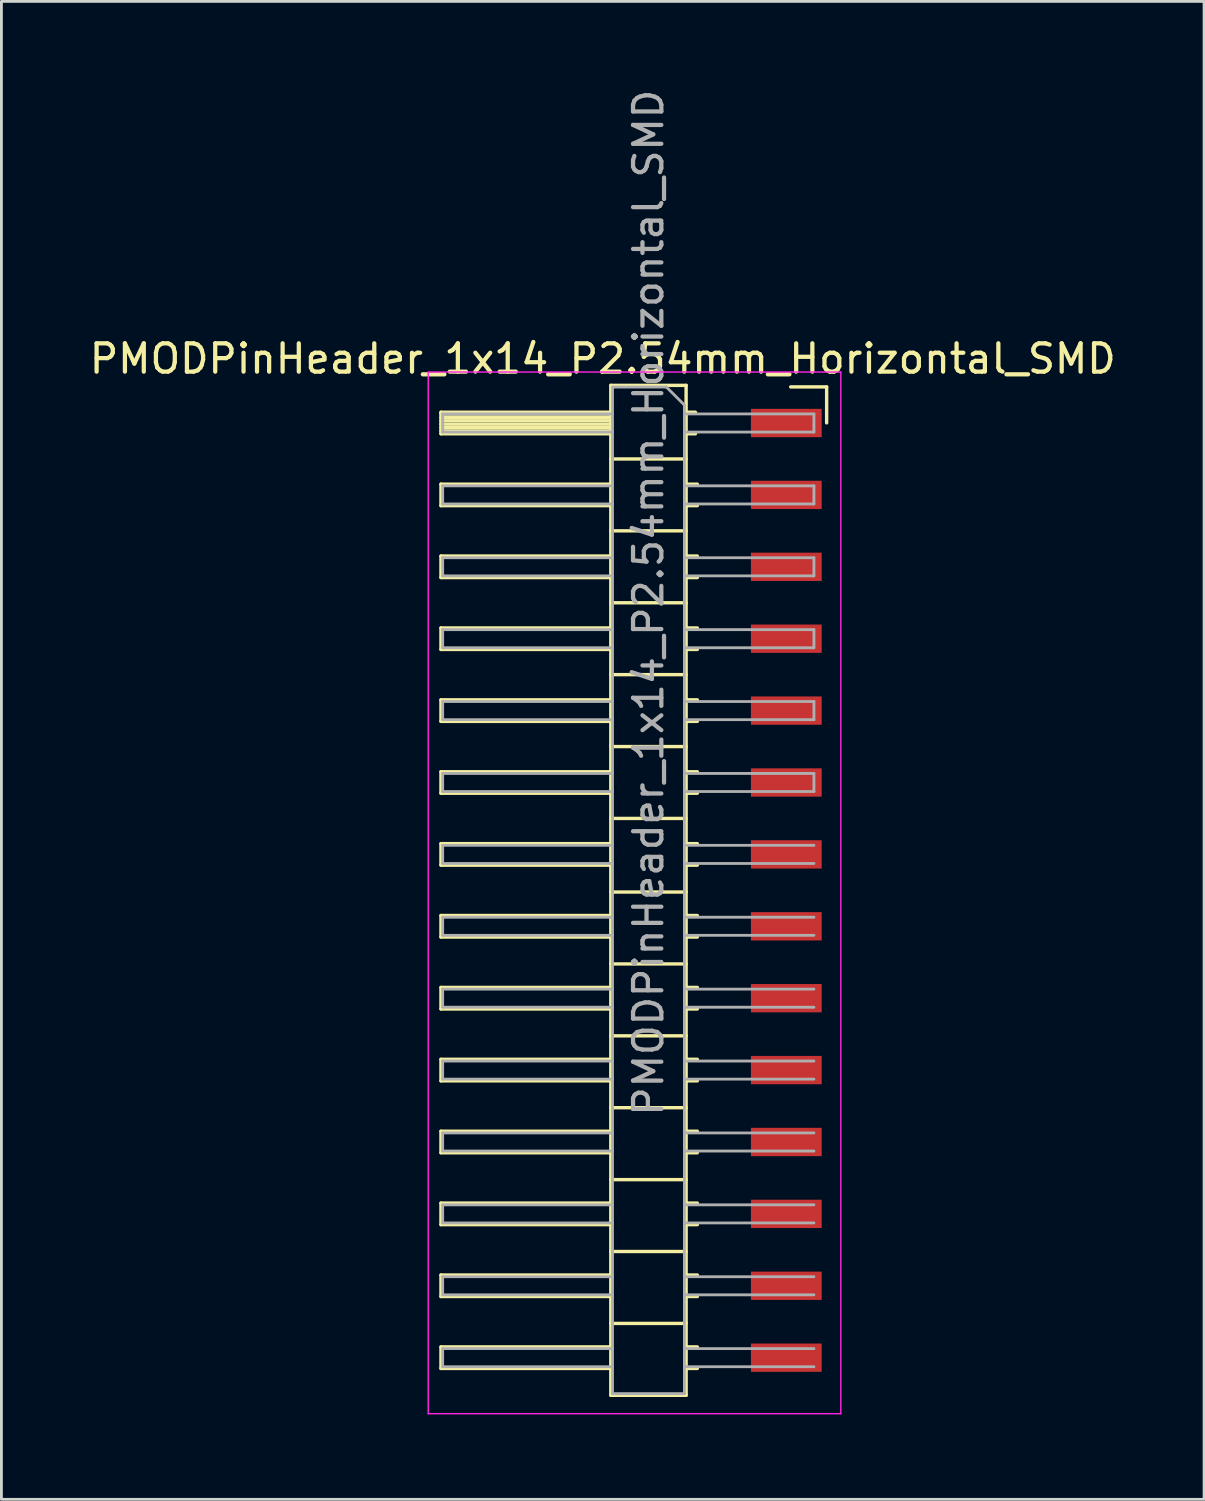
<source format=kicad_pcb>
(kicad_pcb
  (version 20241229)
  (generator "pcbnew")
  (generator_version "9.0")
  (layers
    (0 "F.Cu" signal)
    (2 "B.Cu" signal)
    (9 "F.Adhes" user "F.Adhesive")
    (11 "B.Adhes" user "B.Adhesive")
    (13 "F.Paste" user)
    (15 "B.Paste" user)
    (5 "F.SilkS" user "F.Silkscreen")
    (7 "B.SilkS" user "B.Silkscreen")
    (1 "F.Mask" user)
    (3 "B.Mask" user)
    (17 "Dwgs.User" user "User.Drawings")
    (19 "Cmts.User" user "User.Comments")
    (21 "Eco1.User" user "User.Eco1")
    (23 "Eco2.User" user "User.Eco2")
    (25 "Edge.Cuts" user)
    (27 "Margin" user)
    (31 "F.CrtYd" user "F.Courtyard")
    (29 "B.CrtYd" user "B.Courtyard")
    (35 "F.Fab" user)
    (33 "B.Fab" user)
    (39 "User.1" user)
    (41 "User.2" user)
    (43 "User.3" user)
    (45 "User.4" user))
  (footprint "PMODPinHeader_1x14_P2.54mm_Horizontal_SMD"
    (layer "F.Cu")
    (at 22.629 11.894)
    (property "Reference" "PMODPinHeader_1x14_P2.54mm_Horizontal_SMD" (at -4.385 -2.27 0) (layer "F.SilkS") (effects (font (size 1 1) (thickness 0.15))))
    (attr through_hole)
    (fp_line (start -10.1 -0.38) (end -10.1 0.38) (stroke (width 0.12) (type solid)) (layer "F.SilkS"))
    (fp_line (start -10.1 0.38) (end -4.1 0.38) (stroke (width 0.12) (type solid)) (layer "F.SilkS"))
    (fp_line (start -10.1 2.16) (end -10.1 2.92) (stroke (width 0.12) (type solid)) (layer "F.SilkS"))
    (fp_line (start -10.1 2.92) (end -4.1 2.92) (stroke (width 0.12) (type solid)) (layer "F.SilkS"))
    (fp_line (start -10.1 4.7) (end -10.1 5.46) (stroke (width 0.12) (type solid)) (layer "F.SilkS"))
    (fp_line (start -10.1 5.46) (end -4.1 5.46) (stroke (width 0.12) (type solid)) (layer "F.SilkS"))
    (fp_line (start -10.1 7.24) (end -10.1 8) (stroke (width 0.12) (type solid)) (layer "F.SilkS"))
    (fp_line (start -10.1 8) (end -4.1 8) (stroke (width 0.12) (type solid)) (layer "F.SilkS"))
    (fp_line (start -10.1 9.78) (end -10.1 10.54) (stroke (width 0.12) (type solid)) (layer "F.SilkS"))
    (fp_line (start -10.1 10.54) (end -4.1 10.54) (stroke (width 0.12) (type solid)) (layer "F.SilkS"))
    (fp_line (start -10.1 12.32) (end -10.1 13.08) (stroke (width 0.12) (type solid)) (layer "F.SilkS"))
    (fp_line (start -10.1 13.08) (end -4.1 13.08) (stroke (width 0.12) (type solid)) (layer "F.SilkS"))
    (fp_line (start -10.1 14.86) (end -10.1 15.62) (stroke (width 0.12) (type solid)) (layer "F.SilkS"))
    (fp_line (start -10.1 15.62) (end -4.1 15.62) (stroke (width 0.12) (type solid)) (layer "F.SilkS"))
    (fp_line (start -10.1 17.4) (end -10.1 18.16) (stroke (width 0.12) (type solid)) (layer "F.SilkS"))
    (fp_line (start -10.1 18.16) (end -4.1 18.16) (stroke (width 0.12) (type solid)) (layer "F.SilkS"))
    (fp_line (start -10.1 19.94) (end -10.1 20.7) (stroke (width 0.12) (type solid)) (layer "F.SilkS"))
    (fp_line (start -10.1 20.7) (end -4.1 20.7) (stroke (width 0.12) (type solid)) (layer "F.SilkS"))
    (fp_line (start -10.1 22.48) (end -10.1 23.24) (stroke (width 0.12) (type solid)) (layer "F.SilkS"))
    (fp_line (start -10.1 23.24) (end -4.1 23.24) (stroke (width 0.12) (type solid)) (layer "F.SilkS"))
    (fp_line (start -10.1 25.02) (end -10.1 25.78) (stroke (width 0.12) (type solid)) (layer "F.SilkS"))
    (fp_line (start -10.1 25.78) (end -4.1 25.78) (stroke (width 0.12) (type solid)) (layer "F.SilkS"))
    (fp_line (start -10.1 27.56) (end -10.1 28.32) (stroke (width 0.12) (type solid)) (layer "F.SilkS"))
    (fp_line (start -10.1 28.32) (end -4.1 28.32) (stroke (width 0.12) (type solid)) (layer "F.SilkS"))
    (fp_line (start -10.1 30.1) (end -10.1 30.86) (stroke (width 0.12) (type solid)) (layer "F.SilkS"))
    (fp_line (start -10.1 30.86) (end -4.1 30.86) (stroke (width 0.12) (type solid)) (layer "F.SilkS"))
    (fp_line (start -10.1 32.64) (end -10.1 33.4) (stroke (width 0.12) (type solid)) (layer "F.SilkS"))
    (fp_line (start -10.1 33.4) (end -4.1 33.4) (stroke (width 0.12) (type solid)) (layer "F.SilkS"))
    (fp_line (start -4.1 -1.33) (end -1.44 -1.33) (stroke (width 0.12) (type solid)) (layer "F.SilkS"))
    (fp_line (start -4.1 -0.38) (end -10.1 -0.38) (stroke (width 0.12) (type solid)) (layer "F.SilkS"))
    (fp_line (start -4.1 -0.32) (end -10.1 -0.32) (stroke (width 0.12) (type solid)) (layer "F.SilkS"))
    (fp_line (start -4.1 -0.2) (end -10.1 -0.2) (stroke (width 0.12) (type solid)) (layer "F.SilkS"))
    (fp_line (start -4.1 -0.08) (end -10.1 -0.08) (stroke (width 0.12) (type solid)) (layer "F.SilkS"))
    (fp_line (start -4.1 0.04) (end -10.1 0.04) (stroke (width 0.12) (type solid)) (layer "F.SilkS"))
    (fp_line (start -4.1 0.16) (end -10.1 0.16) (stroke (width 0.12) (type solid)) (layer "F.SilkS"))
    (fp_line (start -4.1 0.28) (end -10.1 0.28) (stroke (width 0.12) (type solid)) (layer "F.SilkS"))
    (fp_line (start -4.1 2.16) (end -10.1 2.16) (stroke (width 0.12) (type solid)) (layer "F.SilkS"))
    (fp_line (start -4.1 4.7) (end -10.1 4.7) (stroke (width 0.12) (type solid)) (layer "F.SilkS"))
    (fp_line (start -4.1 7.24) (end -10.1 7.24) (stroke (width 0.12) (type solid)) (layer "F.SilkS"))
    (fp_line (start -4.1 9.78) (end -10.1 9.78) (stroke (width 0.12) (type solid)) (layer "F.SilkS"))
    (fp_line (start -4.1 12.32) (end -10.1 12.32) (stroke (width 0.12) (type solid)) (layer "F.SilkS"))
    (fp_line (start -4.1 14.86) (end -10.1 14.86) (stroke (width 0.12) (type solid)) (layer "F.SilkS"))
    (fp_line (start -4.1 17.4) (end -10.1 17.4) (stroke (width 0.12) (type solid)) (layer "F.SilkS"))
    (fp_line (start -4.1 19.94) (end -10.1 19.94) (stroke (width 0.12) (type solid)) (layer "F.SilkS"))
    (fp_line (start -4.1 22.48) (end -10.1 22.48) (stroke (width 0.12) (type solid)) (layer "F.SilkS"))
    (fp_line (start -4.1 25.02) (end -10.1 25.02) (stroke (width 0.12) (type solid)) (layer "F.SilkS"))
    (fp_line (start -4.1 27.56) (end -10.1 27.56) (stroke (width 0.12) (type solid)) (layer "F.SilkS"))
    (fp_line (start -4.1 30.1) (end -10.1 30.1) (stroke (width 0.12) (type solid)) (layer "F.SilkS"))
    (fp_line (start -4.1 32.64) (end -10.1 32.64) (stroke (width 0.12) (type solid)) (layer "F.SilkS"))
    (fp_line (start -4.1 34.35) (end -4.1 -1.33) (stroke (width 0.12) (type solid)) (layer "F.SilkS"))
    (fp_line (start -1.44 -1.33) (end -1.44 34.35) (stroke (width 0.12) (type solid)) (layer "F.SilkS"))
    (fp_line (start -1.44 1.27) (end -4.1 1.27) (stroke (width 0.12) (type solid)) (layer "F.SilkS"))
    (fp_line (start -1.44 3.81) (end -4.1 3.81) (stroke (width 0.12) (type solid)) (layer "F.SilkS"))
    (fp_line (start -1.44 6.35) (end -4.1 6.35) (stroke (width 0.12) (type solid)) (layer "F.SilkS"))
    (fp_line (start -1.44 8.89) (end -4.1 8.89) (stroke (width 0.12) (type solid)) (layer "F.SilkS"))
    (fp_line (start -1.44 11.43) (end -4.1 11.43) (stroke (width 0.12) (type solid)) (layer "F.SilkS"))
    (fp_line (start -1.44 13.97) (end -4.1 13.97) (stroke (width 0.12) (type solid)) (layer "F.SilkS"))
    (fp_line (start -1.44 16.57) (end -4.1 16.57) (stroke (width 0.12) (type solid)) (layer "F.SilkS"))
    (fp_line (start -1.44 19.11) (end -4.1 19.11) (stroke (width 0.12) (type solid)) (layer "F.SilkS"))
    (fp_line (start -1.44 21.65) (end -4.1 21.65) (stroke (width 0.12) (type solid)) (layer "F.SilkS"))
    (fp_line (start -1.44 24.19) (end -4.1 24.19) (stroke (width 0.12) (type solid)) (layer "F.SilkS"))
    (fp_line (start -1.44 26.73) (end -4.1 26.73) (stroke (width 0.12) (type solid)) (layer "F.SilkS"))
    (fp_line (start -1.44 29.27) (end -4.1 29.27) (stroke (width 0.12) (type solid)) (layer "F.SilkS"))
    (fp_line (start -1.44 31.81) (end -4.1 31.81) (stroke (width 0.12) (type solid)) (layer "F.SilkS"))
    (fp_line (start -1.44 34.35) (end -4.1 34.35) (stroke (width 0.12) (type solid)) (layer "F.SilkS"))
    (fp_line (start -1.11 -0.38) (end -1.44 -0.38) (stroke (width 0.12) (type solid)) (layer "F.SilkS"))
    (fp_line (start -1.11 0.38) (end -1.44 0.38) (stroke (width 0.12) (type solid)) (layer "F.SilkS"))
    (fp_line (start -1.043 2.16) (end -1.44 2.16) (stroke (width 0.12) (type solid)) (layer "F.SilkS"))
    (fp_line (start -1.043 2.92) (end -1.44 2.92) (stroke (width 0.12) (type solid)) (layer "F.SilkS"))
    (fp_line (start -1.043 4.7) (end -1.44 4.7) (stroke (width 0.12) (type solid)) (layer "F.SilkS"))
    (fp_line (start -1.043 5.46) (end -1.44 5.46) (stroke (width 0.12) (type solid)) (layer "F.SilkS"))
    (fp_line (start -1.043 7.24) (end -1.44 7.24) (stroke (width 0.12) (type solid)) (layer "F.SilkS"))
    (fp_line (start -1.043 8) (end -1.44 8) (stroke (width 0.12) (type solid)) (layer "F.SilkS"))
    (fp_line (start -1.043 9.78) (end -1.44 9.78) (stroke (width 0.12) (type solid)) (layer "F.SilkS"))
    (fp_line (start -1.043 10.54) (end -1.44 10.54) (stroke (width 0.12) (type solid)) (layer "F.SilkS"))
    (fp_line (start -1.043 12.32) (end -1.44 12.32) (stroke (width 0.12) (type solid)) (layer "F.SilkS"))
    (fp_line (start -1.043 13.08) (end -1.44 13.08) (stroke (width 0.12) (type solid)) (layer "F.SilkS"))
    (fp_line (start -1.043 14.86) (end -1.44 14.86) (stroke (width 0.12) (type solid)) (layer "F.SilkS"))
    (fp_line (start -1.043 15.62) (end -1.44 15.62) (stroke (width 0.12) (type solid)) (layer "F.SilkS"))
    (fp_line (start -1.043 17.4) (end -1.44 17.4) (stroke (width 0.12) (type solid)) (layer "F.SilkS"))
    (fp_line (start -1.043 18.16) (end -1.44 18.16) (stroke (width 0.12) (type solid)) (layer "F.SilkS"))
    (fp_line (start -1.043 19.94) (end -1.44 19.94) (stroke (width 0.12) (type solid)) (layer "F.SilkS"))
    (fp_line (start -1.043 20.7) (end -1.44 20.7) (stroke (width 0.12) (type solid)) (layer "F.SilkS"))
    (fp_line (start -1.043 22.48) (end -1.44 22.48) (stroke (width 0.12) (type solid)) (layer "F.SilkS"))
    (fp_line (start -1.043 23.24) (end -1.44 23.24) (stroke (width 0.12) (type solid)) (layer "F.SilkS"))
    (fp_line (start -1.043 25.02) (end -1.44 25.02) (stroke (width 0.12) (type solid)) (layer "F.SilkS"))
    (fp_line (start -1.043 25.78) (end -1.44 25.78) (stroke (width 0.12) (type solid)) (layer "F.SilkS"))
    (fp_line (start -1.043 27.56) (end -1.44 27.56) (stroke (width 0.12) (type solid)) (layer "F.SilkS"))
    (fp_line (start -1.043 28.32) (end -1.44 28.32) (stroke (width 0.12) (type solid)) (layer "F.SilkS"))
    (fp_line (start -1.043 30.1) (end -1.44 30.1) (stroke (width 0.12) (type solid)) (layer "F.SilkS"))
    (fp_line (start -1.043 30.86) (end -1.44 30.86) (stroke (width 0.12) (type solid)) (layer "F.SilkS"))
    (fp_line (start -1.043 32.64) (end -1.44 32.64) (stroke (width 0.12) (type solid)) (layer "F.SilkS"))
    (fp_line (start -1.043 33.4) (end -1.44 33.4) (stroke (width 0.12) (type solid)) (layer "F.SilkS"))
    (fp_line (start 3.525 -1.275) (end 2.255 -1.275) (stroke (width 0.12) (type solid)) (layer "F.SilkS"))
    (fp_line (start 3.525 -0.005) (end 3.525 -1.275) (stroke (width 0.12) (type solid)) (layer "F.SilkS"))
    (fp_line (start -10.55 -1.8) (end 4.025 -1.8) (stroke (width 0.05) (type solid)) (layer "F.CrtYd"))
    (fp_line (start -10.55 35) (end -10.55 -1.8) (stroke (width 0.05) (type solid)) (layer "F.CrtYd"))
    (fp_line (start 4.025 -1.8) (end 4.025 35) (stroke (width 0.05) (type solid)) (layer "F.CrtYd"))
    (fp_line (start 4.025 35) (end -10.55 35) (stroke (width 0.05) (type solid)) (layer "F.CrtYd"))
    (fp_line (start -10.04 -0.32) (end -10.04 0.32) (stroke (width 0.1) (type solid)) (layer "F.Fab"))
    (fp_line (start -10.04 2.22) (end -10.04 2.86) (stroke (width 0.1) (type solid)) (layer "F.Fab"))
    (fp_line (start -10.04 4.76) (end -10.04 5.4) (stroke (width 0.1) (type solid)) (layer "F.Fab"))
    (fp_line (start -10.04 7.3) (end -10.04 7.94) (stroke (width 0.1) (type solid)) (layer "F.Fab"))
    (fp_line (start -10.04 9.84) (end -10.04 10.48) (stroke (width 0.1) (type solid)) (layer "F.Fab"))
    (fp_line (start -10.04 12.38) (end -10.04 13.02) (stroke (width 0.1) (type solid)) (layer "F.Fab"))
    (fp_line (start -10.04 14.92) (end -10.04 15.56) (stroke (width 0.1) (type solid)) (layer "F.Fab"))
    (fp_line (start -10.04 17.46) (end -10.04 18.1) (stroke (width 0.1) (type solid)) (layer "F.Fab"))
    (fp_line (start -10.04 20) (end -10.04 20.64) (stroke (width 0.1) (type solid)) (layer "F.Fab"))
    (fp_line (start -10.04 22.54) (end -10.04 23.18) (stroke (width 0.1) (type solid)) (layer "F.Fab"))
    (fp_line (start -10.04 25.08) (end -10.04 25.72) (stroke (width 0.1) (type solid)) (layer "F.Fab"))
    (fp_line (start -10.04 27.62) (end -10.04 28.26) (stroke (width 0.1) (type solid)) (layer "F.Fab"))
    (fp_line (start -10.04 30.16) (end -10.04 30.8) (stroke (width 0.1) (type solid)) (layer "F.Fab"))
    (fp_line (start -10.04 32.7) (end -10.04 33.34) (stroke (width 0.1) (type solid)) (layer "F.Fab"))
    (fp_line (start -4.04 -1.27) (end -4.04 34.29) (stroke (width 0.1) (type solid)) (layer "F.Fab"))
    (fp_line (start -4.04 -0.32) (end -10.04 -0.32) (stroke (width 0.1) (type solid)) (layer "F.Fab"))
    (fp_line (start -4.04 0.32) (end -10.04 0.32) (stroke (width 0.1) (type solid)) (layer "F.Fab"))
    (fp_line (start -4.04 2.22) (end -10.04 2.22) (stroke (width 0.1) (type solid)) (layer "F.Fab"))
    (fp_line (start -4.04 2.86) (end -10.04 2.86) (stroke (width 0.1) (type solid)) (layer "F.Fab"))
    (fp_line (start -4.04 4.76) (end -10.04 4.76) (stroke (width 0.1) (type solid)) (layer "F.Fab"))
    (fp_line (start -4.04 5.4) (end -10.04 5.4) (stroke (width 0.1) (type solid)) (layer "F.Fab"))
    (fp_line (start -4.04 7.3) (end -10.04 7.3) (stroke (width 0.1) (type solid)) (layer "F.Fab"))
    (fp_line (start -4.04 7.94) (end -10.04 7.94) (stroke (width 0.1) (type solid)) (layer "F.Fab"))
    (fp_line (start -4.04 9.84) (end -10.04 9.84) (stroke (width 0.1) (type solid)) (layer "F.Fab"))
    (fp_line (start -4.04 10.48) (end -10.04 10.48) (stroke (width 0.1) (type solid)) (layer "F.Fab"))
    (fp_line (start -4.04 12.38) (end -10.04 12.38) (stroke (width 0.1) (type solid)) (layer "F.Fab"))
    (fp_line (start -4.04 13.02) (end -10.04 13.02) (stroke (width 0.1) (type solid)) (layer "F.Fab"))
    (fp_line (start -4.04 14.92) (end -10.04 14.92) (stroke (width 0.1) (type solid)) (layer "F.Fab"))
    (fp_line (start -4.04 15.56) (end -10.04 15.56) (stroke (width 0.1) (type solid)) (layer "F.Fab"))
    (fp_line (start -4.04 17.46) (end -10.04 17.46) (stroke (width 0.1) (type solid)) (layer "F.Fab"))
    (fp_line (start -4.04 18.1) (end -10.04 18.1) (stroke (width 0.1) (type solid)) (layer "F.Fab"))
    (fp_line (start -4.04 20) (end -10.04 20) (stroke (width 0.1) (type solid)) (layer "F.Fab"))
    (fp_line (start -4.04 20.64) (end -10.04 20.64) (stroke (width 0.1) (type solid)) (layer "F.Fab"))
    (fp_line (start -4.04 22.54) (end -10.04 22.54) (stroke (width 0.1) (type solid)) (layer "F.Fab"))
    (fp_line (start -4.04 23.18) (end -10.04 23.18) (stroke (width 0.1) (type solid)) (layer "F.Fab"))
    (fp_line (start -4.04 25.08) (end -10.04 25.08) (stroke (width 0.1) (type solid)) (layer "F.Fab"))
    (fp_line (start -4.04 25.72) (end -10.04 25.72) (stroke (width 0.1) (type solid)) (layer "F.Fab"))
    (fp_line (start -4.04 27.62) (end -10.04 27.62) (stroke (width 0.1) (type solid)) (layer "F.Fab"))
    (fp_line (start -4.04 28.26) (end -10.04 28.26) (stroke (width 0.1) (type solid)) (layer "F.Fab"))
    (fp_line (start -4.04 30.16) (end -10.04 30.16) (stroke (width 0.1) (type solid)) (layer "F.Fab"))
    (fp_line (start -4.04 30.8) (end -10.04 30.8) (stroke (width 0.1) (type solid)) (layer "F.Fab"))
    (fp_line (start -4.04 32.7) (end -10.04 32.7) (stroke (width 0.1) (type solid)) (layer "F.Fab"))
    (fp_line (start -4.04 33.34) (end -10.04 33.34) (stroke (width 0.1) (type solid)) (layer "F.Fab"))
    (fp_line (start -4.04 34.29) (end -1.5 34.29) (stroke (width 0.1) (type solid)) (layer "F.Fab"))
    (fp_line (start -2.135 -1.27) (end -4.04 -1.27) (stroke (width 0.1) (type solid)) (layer "F.Fab"))
    (fp_line (start -1.5 -0.635) (end -2.135 -1.27) (stroke (width 0.1) (type solid)) (layer "F.Fab"))
    (fp_line (start -1.5 34.29) (end -1.5 -0.635) (stroke (width 0.1) (type solid)) (layer "F.Fab"))
    (fp_line (start 3.075 -0.32) (end -1.5 -0.32) (stroke (width 0.1) (type solid)) (layer "F.Fab"))
    (fp_line (start 3.075 -0.32) (end 3.075 0.32) (stroke (width 0.1) (type solid)) (layer "F.Fab"))
    (fp_line (start 3.075 0.32) (end -1.5 0.32) (stroke (width 0.1) (type solid)) (layer "F.Fab"))
    (fp_line (start 3.075 2.22) (end -1.5 2.22) (stroke (width 0.1) (type solid)) (layer "F.Fab"))
    (fp_line (start 3.075 2.22) (end 3.075 2.86) (stroke (width 0.1) (type solid)) (layer "F.Fab"))
    (fp_line (start 3.075 2.86) (end -1.5 2.86) (stroke (width 0.1) (type solid)) (layer "F.Fab"))
    (fp_line (start 3.075 4.76) (end -1.5 4.76) (stroke (width 0.1) (type solid)) (layer "F.Fab"))
    (fp_line (start 3.075 4.76) (end 3.075 5.4) (stroke (width 0.1) (type solid)) (layer "F.Fab"))
    (fp_line (start 3.075 5.4) (end -1.5 5.4) (stroke (width 0.1) (type solid)) (layer "F.Fab"))
    (fp_line (start 3.075 7.3) (end -1.5 7.3) (stroke (width 0.1) (type solid)) (layer "F.Fab"))
    (fp_line (start 3.075 7.3) (end 3.075 7.94) (stroke (width 0.1) (type solid)) (layer "F.Fab"))
    (fp_line (start 3.075 7.94) (end -1.5 7.94) (stroke (width 0.1) (type solid)) (layer "F.Fab"))
    (fp_line (start 3.075 9.84) (end -1.5 9.84) (stroke (width 0.1) (type solid)) (layer "F.Fab"))
    (fp_line (start 3.075 9.84) (end 3.075 10.48) (stroke (width 0.1) (type solid)) (layer "F.Fab"))
    (fp_line (start 3.075 10.48) (end -1.5 10.48) (stroke (width 0.1) (type solid)) (layer "F.Fab"))
    (fp_line (start 3.075 12.38) (end -1.5 12.38) (stroke (width 0.1) (type solid)) (layer "F.Fab"))
    (fp_line (start 3.075 12.38) (end 3.075 13.02) (stroke (width 0.1) (type solid)) (layer "F.Fab"))
    (fp_line (start 3.075 13.02) (end -1.5 13.02) (stroke (width 0.1) (type solid)) (layer "F.Fab"))
    (fp_line (start 3.075 14.92) (end -1.5 14.92) (stroke (width 0.1) (type solid)) (layer "F.Fab"))
    (fp_line (start 3.075 15.56) (end -1.5 15.56) (stroke (width 0.1) (type solid)) (layer "F.Fab"))
    (fp_line (start 3.075 17.46) (end -1.5 17.46) (stroke (width 0.1) (type solid)) (layer "F.Fab"))
    (fp_line (start 3.075 18.1) (end -1.5 18.1) (stroke (width 0.1) (type solid)) (layer "F.Fab"))
    (fp_line (start 3.075 20) (end -1.5 20) (stroke (width 0.1) (type solid)) (layer "F.Fab"))
    (fp_line (start 3.075 20.64) (end -1.5 20.64) (stroke (width 0.1) (type solid)) (layer "F.Fab"))
    (fp_line (start 3.075 22.54) (end -1.5 22.54) (stroke (width 0.1) (type solid)) (layer "F.Fab"))
    (fp_line (start 3.075 23.18) (end -1.5 23.18) (stroke (width 0.1) (type solid)) (layer "F.Fab"))
    (fp_line (start 3.075 25.08) (end -1.5 25.08) (stroke (width 0.1) (type solid)) (layer "F.Fab"))
    (fp_line (start 3.075 25.72) (end -1.5 25.72) (stroke (width 0.1) (type solid)) (layer "F.Fab"))
    (fp_line (start 3.075 27.62) (end -1.5 27.62) (stroke (width 0.1) (type solid)) (layer "F.Fab"))
    (fp_line (start 3.075 28.26) (end -1.5 28.26) (stroke (width 0.1) (type solid)) (layer "F.Fab"))
    (fp_line (start 3.075 30.16) (end -1.5 30.16) (stroke (width 0.1) (type solid)) (layer "F.Fab"))
    (fp_line (start 3.075 30.8) (end -1.5 30.8) (stroke (width 0.1) (type solid)) (layer "F.Fab"))
    (fp_line (start 3.075 32.7) (end -1.5 32.7) (stroke (width 0.1) (type solid)) (layer "F.Fab"))
    (fp_line (start 3.075 33.34) (end -1.5 33.34) (stroke (width 0.1) (type solid)) (layer "F.Fab"))
    (fp_text user "${REFERENCE}" (at -2.77 6.35 90) (layer "F.Fab") (effects (font (size 1 1) (thickness 0.15))))
    (pad "1" smd rect (at 2.1 0 90) (size 1 2.5) (layers "F.Cu" "F.Mask" "F.Paste"))
    (pad "2" smd rect (at 2.1 2.54 90) (size 1 2.5) (layers "F.Cu" "F.Mask" "F.Paste"))
    (pad "3" smd rect (at 2.1 5.08 90) (size 1 2.5) (layers "F.Cu" "F.Mask" "F.Paste"))
    (pad "4" smd rect (at 2.1 7.62 90) (size 1 2.5) (layers "F.Cu" "F.Mask" "F.Paste"))
    (pad "5" smd rect (at 2.1 10.16 90) (size 1 2.5) (layers "F.Cu" "F.Mask" "F.Paste"))
    (pad "6" smd rect (at 2.1 12.7 90) (size 1 2.5) (layers "F.Cu" "F.Mask" "F.Paste"))
    (pad "7" smd rect (at 2.1 15.24 90) (size 1 2.5) (layers "F.Cu" "F.Mask" "F.Paste"))
    (pad "8" smd rect (at 2.1 17.78 90) (size 1 2.5) (layers "F.Cu" "F.Mask" "F.Paste"))
    (pad "9" smd rect (at 2.1 20.32 90) (size 1 2.5) (layers "F.Cu" "F.Mask" "F.Paste"))
    (pad "10" smd rect (at 2.1 22.86 90) (size 1 2.5) (layers "F.Cu" "F.Mask" "F.Paste"))
    (pad "11" smd rect (at 2.1 25.4 90) (size 1 2.5) (layers "F.Cu" "F.Mask" "F.Paste"))
    (pad "12" smd rect (at 2.1 27.94 90) (size 1 2.5) (layers "F.Cu" "F.Mask" "F.Paste"))
    (pad "13" smd rect (at 2.1 30.48 90) (size 1 2.5) (layers "F.Cu" "F.Mask" "F.Paste"))
    (pad "14" smd rect (at 2.1 33.02 90) (size 1 2.5) (layers "F.Cu" "F.Mask" "F.Paste")))
  (gr_rect
    (start -3 -3)
    (end 39.488 49.919)
    (stroke (width 0.1) (type default))
    (fill no)
    (layer "Edge.Cuts")))
</source>
